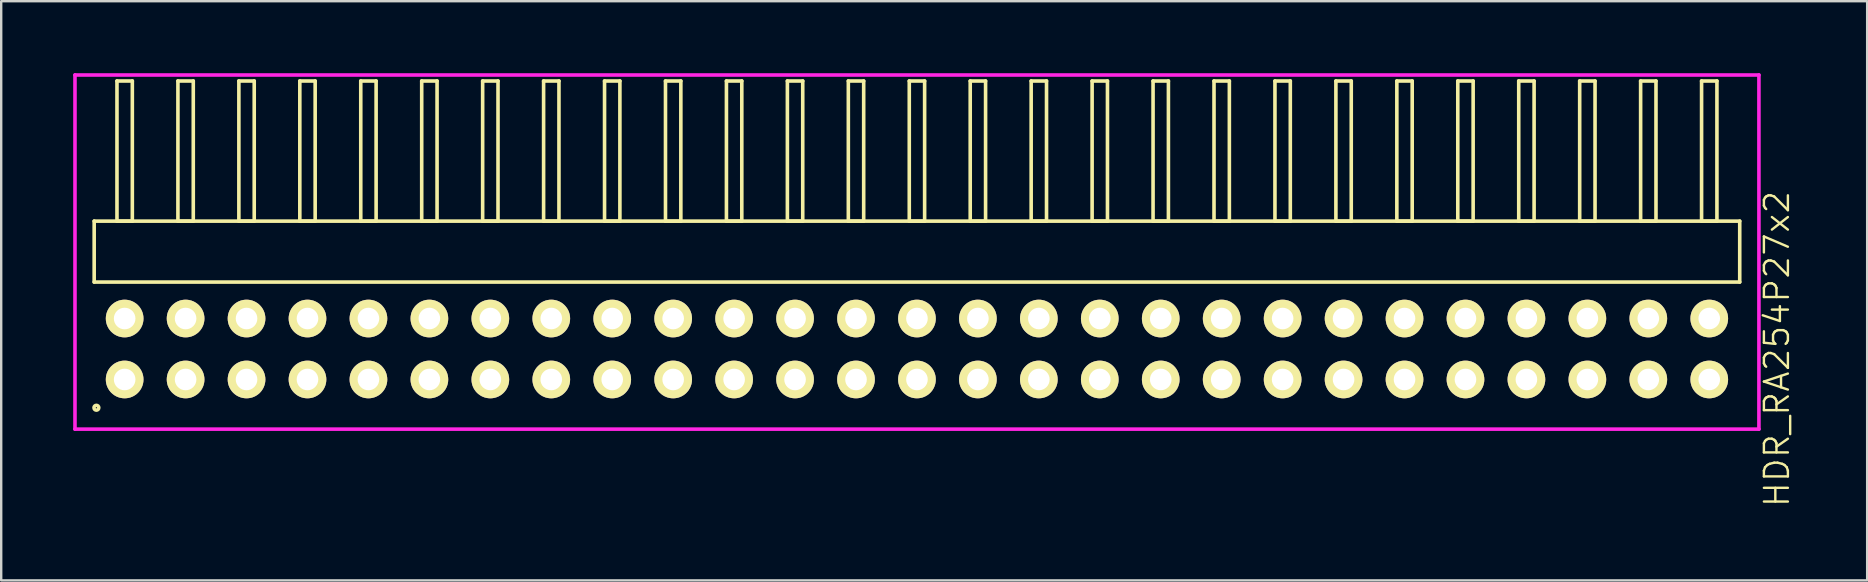
<source format=kicad_pcb>
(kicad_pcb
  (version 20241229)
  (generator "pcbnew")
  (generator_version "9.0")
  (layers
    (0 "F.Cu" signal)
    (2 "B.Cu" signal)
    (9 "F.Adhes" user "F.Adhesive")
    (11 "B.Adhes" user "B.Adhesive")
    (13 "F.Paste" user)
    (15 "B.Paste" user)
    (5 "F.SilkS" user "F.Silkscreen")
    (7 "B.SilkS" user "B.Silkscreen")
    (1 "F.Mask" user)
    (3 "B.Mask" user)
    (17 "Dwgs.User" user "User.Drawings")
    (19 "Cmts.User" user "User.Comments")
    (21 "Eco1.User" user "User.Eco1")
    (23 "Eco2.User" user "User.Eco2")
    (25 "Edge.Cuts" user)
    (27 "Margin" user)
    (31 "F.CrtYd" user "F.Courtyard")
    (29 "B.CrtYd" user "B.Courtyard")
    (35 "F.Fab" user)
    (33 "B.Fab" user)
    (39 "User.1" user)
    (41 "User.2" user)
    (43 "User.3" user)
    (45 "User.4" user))
  (footprint "HDR_RA254P27x2"
    (layer "F.Cu")
    (at 35.165 11.495)
    (property "Reference" "HDR_RA254P27x2" (at 35.84 0 90) (layer "F.SilkS") (effects (font (size 1 1) (thickness 0.1))))
    (attr through_hole)
    (fp_line (start -34.29 -5.33) (end -34.29 -2.79) (stroke (width 0.15) (type solid)) (layer "F.SilkS"))
    (fp_line (start -34.29 -2.79) (end 34.29 -2.79) (stroke (width 0.15) (type solid)) (layer "F.SilkS"))
    (fp_line (start -33.34 -11.17) (end -33.34 -5.33) (stroke (width 0.15) (type solid)) (layer "F.SilkS"))
    (fp_line (start -33.34 -5.33) (end -32.7 -5.33) (stroke (width 0.15) (type solid)) (layer "F.SilkS"))
    (fp_line (start -32.7 -11.17) (end -33.34 -11.17) (stroke (width 0.15) (type solid)) (layer "F.SilkS"))
    (fp_line (start -32.7 -5.33) (end -32.7 -11.17) (stroke (width 0.15) (type solid)) (layer "F.SilkS"))
    (fp_line (start -30.8 -11.17) (end -30.8 -5.33) (stroke (width 0.15) (type solid)) (layer "F.SilkS"))
    (fp_line (start -30.8 -5.33) (end -30.16 -5.33) (stroke (width 0.15) (type solid)) (layer "F.SilkS"))
    (fp_line (start -30.16 -11.17) (end -30.8 -11.17) (stroke (width 0.15) (type solid)) (layer "F.SilkS"))
    (fp_line (start -30.16 -5.33) (end -30.16 -11.17) (stroke (width 0.15) (type solid)) (layer "F.SilkS"))
    (fp_line (start -28.26 -11.17) (end -28.26 -5.33) (stroke (width 0.15) (type solid)) (layer "F.SilkS"))
    (fp_line (start -28.26 -5.33) (end -27.62 -5.33) (stroke (width 0.15) (type solid)) (layer "F.SilkS"))
    (fp_line (start -27.62 -11.17) (end -28.26 -11.17) (stroke (width 0.15) (type solid)) (layer "F.SilkS"))
    (fp_line (start -27.62 -5.33) (end -27.62 -11.17) (stroke (width 0.15) (type solid)) (layer "F.SilkS"))
    (fp_line (start -25.72 -11.17) (end -25.72 -5.33) (stroke (width 0.15) (type solid)) (layer "F.SilkS"))
    (fp_line (start -25.72 -5.33) (end -25.08 -5.33) (stroke (width 0.15) (type solid)) (layer "F.SilkS"))
    (fp_line (start -25.08 -11.17) (end -25.72 -11.17) (stroke (width 0.15) (type solid)) (layer "F.SilkS"))
    (fp_line (start -25.08 -5.33) (end -25.08 -11.17) (stroke (width 0.15) (type solid)) (layer "F.SilkS"))
    (fp_line (start -23.18 -11.17) (end -23.18 -5.33) (stroke (width 0.15) (type solid)) (layer "F.SilkS"))
    (fp_line (start -23.18 -5.33) (end -22.54 -5.33) (stroke (width 0.15) (type solid)) (layer "F.SilkS"))
    (fp_line (start -22.54 -11.17) (end -23.18 -11.17) (stroke (width 0.15) (type solid)) (layer "F.SilkS"))
    (fp_line (start -22.54 -5.33) (end -22.54 -11.17) (stroke (width 0.15) (type solid)) (layer "F.SilkS"))
    (fp_line (start -20.64 -11.17) (end -20.64 -5.33) (stroke (width 0.15) (type solid)) (layer "F.SilkS"))
    (fp_line (start -20.64 -5.33) (end -20 -5.33) (stroke (width 0.15) (type solid)) (layer "F.SilkS"))
    (fp_line (start -20 -11.17) (end -20.64 -11.17) (stroke (width 0.15) (type solid)) (layer "F.SilkS"))
    (fp_line (start -20 -5.33) (end -20 -11.17) (stroke (width 0.15) (type solid)) (layer "F.SilkS"))
    (fp_line (start -18.1 -11.17) (end -18.1 -5.33) (stroke (width 0.15) (type solid)) (layer "F.SilkS"))
    (fp_line (start -18.1 -5.33) (end -17.46 -5.33) (stroke (width 0.15) (type solid)) (layer "F.SilkS"))
    (fp_line (start -17.46 -11.17) (end -18.1 -11.17) (stroke (width 0.15) (type solid)) (layer "F.SilkS"))
    (fp_line (start -17.46 -5.33) (end -17.46 -11.17) (stroke (width 0.15) (type solid)) (layer "F.SilkS"))
    (fp_line (start -15.56 -11.17) (end -15.56 -5.33) (stroke (width 0.15) (type solid)) (layer "F.SilkS"))
    (fp_line (start -15.56 -5.33) (end -14.92 -5.33) (stroke (width 0.15) (type solid)) (layer "F.SilkS"))
    (fp_line (start -14.92 -11.17) (end -15.56 -11.17) (stroke (width 0.15) (type solid)) (layer "F.SilkS"))
    (fp_line (start -14.92 -5.33) (end -14.92 -11.17) (stroke (width 0.15) (type solid)) (layer "F.SilkS"))
    (fp_line (start -13.02 -11.17) (end -13.02 -5.33) (stroke (width 0.15) (type solid)) (layer "F.SilkS"))
    (fp_line (start -13.02 -5.33) (end -12.38 -5.33) (stroke (width 0.15) (type solid)) (layer "F.SilkS"))
    (fp_line (start -12.38 -11.17) (end -13.02 -11.17) (stroke (width 0.15) (type solid)) (layer "F.SilkS"))
    (fp_line (start -12.38 -5.33) (end -12.38 -11.17) (stroke (width 0.15) (type solid)) (layer "F.SilkS"))
    (fp_line (start -10.48 -11.17) (end -10.48 -5.33) (stroke (width 0.15) (type solid)) (layer "F.SilkS"))
    (fp_line (start -10.48 -5.33) (end -9.84 -5.33) (stroke (width 0.15) (type solid)) (layer "F.SilkS"))
    (fp_line (start -9.84 -11.17) (end -10.48 -11.17) (stroke (width 0.15) (type solid)) (layer "F.SilkS"))
    (fp_line (start -9.84 -5.33) (end -9.84 -11.17) (stroke (width 0.15) (type solid)) (layer "F.SilkS"))
    (fp_line (start -7.94 -11.17) (end -7.94 -5.33) (stroke (width 0.15) (type solid)) (layer "F.SilkS"))
    (fp_line (start -7.94 -5.33) (end -7.3 -5.33) (stroke (width 0.15) (type solid)) (layer "F.SilkS"))
    (fp_line (start -7.3 -11.17) (end -7.94 -11.17) (stroke (width 0.15) (type solid)) (layer "F.SilkS"))
    (fp_line (start -7.3 -5.33) (end -7.3 -11.17) (stroke (width 0.15) (type solid)) (layer "F.SilkS"))
    (fp_line (start -5.4 -11.17) (end -5.4 -5.33) (stroke (width 0.15) (type solid)) (layer "F.SilkS"))
    (fp_line (start -5.4 -5.33) (end -4.76 -5.33) (stroke (width 0.15) (type solid)) (layer "F.SilkS"))
    (fp_line (start -4.76 -11.17) (end -5.4 -11.17) (stroke (width 0.15) (type solid)) (layer "F.SilkS"))
    (fp_line (start -4.76 -5.33) (end -4.76 -11.17) (stroke (width 0.15) (type solid)) (layer "F.SilkS"))
    (fp_line (start -2.86 -11.17) (end -2.86 -5.33) (stroke (width 0.15) (type solid)) (layer "F.SilkS"))
    (fp_line (start -2.86 -5.33) (end -2.22 -5.33) (stroke (width 0.15) (type solid)) (layer "F.SilkS"))
    (fp_line (start -2.22 -11.17) (end -2.86 -11.17) (stroke (width 0.15) (type solid)) (layer "F.SilkS"))
    (fp_line (start -2.22 -5.33) (end -2.22 -11.17) (stroke (width 0.15) (type solid)) (layer "F.SilkS"))
    (fp_line (start -0.32 -11.17) (end -0.32 -5.33) (stroke (width 0.15) (type solid)) (layer "F.SilkS"))
    (fp_line (start -0.32 -5.33) (end 0.32 -5.33) (stroke (width 0.15) (type solid)) (layer "F.SilkS"))
    (fp_line (start 0.32 -11.17) (end -0.32 -11.17) (stroke (width 0.15) (type solid)) (layer "F.SilkS"))
    (fp_line (start 0.32 -5.33) (end 0.32 -11.17) (stroke (width 0.15) (type solid)) (layer "F.SilkS"))
    (fp_line (start 2.22 -11.17) (end 2.22 -5.33) (stroke (width 0.15) (type solid)) (layer "F.SilkS"))
    (fp_line (start 2.22 -5.33) (end 2.86 -5.33) (stroke (width 0.15) (type solid)) (layer "F.SilkS"))
    (fp_line (start 2.86 -11.17) (end 2.22 -11.17) (stroke (width 0.15) (type solid)) (layer "F.SilkS"))
    (fp_line (start 2.86 -5.33) (end 2.86 -11.17) (stroke (width 0.15) (type solid)) (layer "F.SilkS"))
    (fp_line (start 4.76 -11.17) (end 4.76 -5.33) (stroke (width 0.15) (type solid)) (layer "F.SilkS"))
    (fp_line (start 4.76 -5.33) (end 5.4 -5.33) (stroke (width 0.15) (type solid)) (layer "F.SilkS"))
    (fp_line (start 5.4 -11.17) (end 4.76 -11.17) (stroke (width 0.15) (type solid)) (layer "F.SilkS"))
    (fp_line (start 5.4 -5.33) (end 5.4 -11.17) (stroke (width 0.15) (type solid)) (layer "F.SilkS"))
    (fp_line (start 7.3 -11.17) (end 7.3 -5.33) (stroke (width 0.15) (type solid)) (layer "F.SilkS"))
    (fp_line (start 7.3 -5.33) (end 7.94 -5.33) (stroke (width 0.15) (type solid)) (layer "F.SilkS"))
    (fp_line (start 7.94 -11.17) (end 7.3 -11.17) (stroke (width 0.15) (type solid)) (layer "F.SilkS"))
    (fp_line (start 7.94 -5.33) (end 7.94 -11.17) (stroke (width 0.15) (type solid)) (layer "F.SilkS"))
    (fp_line (start 9.84 -11.17) (end 9.84 -5.33) (stroke (width 0.15) (type solid)) (layer "F.SilkS"))
    (fp_line (start 9.84 -5.33) (end 10.48 -5.33) (stroke (width 0.15) (type solid)) (layer "F.SilkS"))
    (fp_line (start 10.48 -11.17) (end 9.84 -11.17) (stroke (width 0.15) (type solid)) (layer "F.SilkS"))
    (fp_line (start 10.48 -5.33) (end 10.48 -11.17) (stroke (width 0.15) (type solid)) (layer "F.SilkS"))
    (fp_line (start 12.38 -11.17) (end 12.38 -5.33) (stroke (width 0.15) (type solid)) (layer "F.SilkS"))
    (fp_line (start 12.38 -5.33) (end 13.02 -5.33) (stroke (width 0.15) (type solid)) (layer "F.SilkS"))
    (fp_line (start 13.02 -11.17) (end 12.38 -11.17) (stroke (width 0.15) (type solid)) (layer "F.SilkS"))
    (fp_line (start 13.02 -5.33) (end 13.02 -11.17) (stroke (width 0.15) (type solid)) (layer "F.SilkS"))
    (fp_line (start 14.92 -11.17) (end 14.92 -5.33) (stroke (width 0.15) (type solid)) (layer "F.SilkS"))
    (fp_line (start 14.92 -5.33) (end 15.56 -5.33) (stroke (width 0.15) (type solid)) (layer "F.SilkS"))
    (fp_line (start 15.56 -11.17) (end 14.92 -11.17) (stroke (width 0.15) (type solid)) (layer "F.SilkS"))
    (fp_line (start 15.56 -5.33) (end 15.56 -11.17) (stroke (width 0.15) (type solid)) (layer "F.SilkS"))
    (fp_line (start 17.46 -11.17) (end 17.46 -5.33) (stroke (width 0.15) (type solid)) (layer "F.SilkS"))
    (fp_line (start 17.46 -5.33) (end 18.1 -5.33) (stroke (width 0.15) (type solid)) (layer "F.SilkS"))
    (fp_line (start 18.1 -11.17) (end 17.46 -11.17) (stroke (width 0.15) (type solid)) (layer "F.SilkS"))
    (fp_line (start 18.1 -5.33) (end 18.1 -11.17) (stroke (width 0.15) (type solid)) (layer "F.SilkS"))
    (fp_line (start 20 -11.17) (end 20 -5.33) (stroke (width 0.15) (type solid)) (layer "F.SilkS"))
    (fp_line (start 20 -5.33) (end 20.64 -5.33) (stroke (width 0.15) (type solid)) (layer "F.SilkS"))
    (fp_line (start 20.64 -11.17) (end 20 -11.17) (stroke (width 0.15) (type solid)) (layer "F.SilkS"))
    (fp_line (start 20.64 -5.33) (end 20.64 -11.17) (stroke (width 0.15) (type solid)) (layer "F.SilkS"))
    (fp_line (start 22.54 -11.17) (end 22.54 -5.33) (stroke (width 0.15) (type solid)) (layer "F.SilkS"))
    (fp_line (start 22.54 -5.33) (end 23.18 -5.33) (stroke (width 0.15) (type solid)) (layer "F.SilkS"))
    (fp_line (start 23.18 -11.17) (end 22.54 -11.17) (stroke (width 0.15) (type solid)) (layer "F.SilkS"))
    (fp_line (start 23.18 -5.33) (end 23.18 -11.17) (stroke (width 0.15) (type solid)) (layer "F.SilkS"))
    (fp_line (start 25.08 -11.17) (end 25.08 -5.33) (stroke (width 0.15) (type solid)) (layer "F.SilkS"))
    (fp_line (start 25.08 -5.33) (end 25.72 -5.33) (stroke (width 0.15) (type solid)) (layer "F.SilkS"))
    (fp_line (start 25.72 -11.17) (end 25.08 -11.17) (stroke (width 0.15) (type solid)) (layer "F.SilkS"))
    (fp_line (start 25.72 -5.33) (end 25.72 -11.17) (stroke (width 0.15) (type solid)) (layer "F.SilkS"))
    (fp_line (start 27.62 -11.17) (end 27.62 -5.33) (stroke (width 0.15) (type solid)) (layer "F.SilkS"))
    (fp_line (start 27.62 -5.33) (end 28.26 -5.33) (stroke (width 0.15) (type solid)) (layer "F.SilkS"))
    (fp_line (start 28.26 -11.17) (end 27.62 -11.17) (stroke (width 0.15) (type solid)) (layer "F.SilkS"))
    (fp_line (start 28.26 -5.33) (end 28.26 -11.17) (stroke (width 0.15) (type solid)) (layer "F.SilkS"))
    (fp_line (start 30.16 -11.17) (end 30.16 -5.33) (stroke (width 0.15) (type solid)) (layer "F.SilkS"))
    (fp_line (start 30.16 -5.33) (end 30.8 -5.33) (stroke (width 0.15) (type solid)) (layer "F.SilkS"))
    (fp_line (start 30.8 -11.17) (end 30.16 -11.17) (stroke (width 0.15) (type solid)) (layer "F.SilkS"))
    (fp_line (start 30.8 -5.33) (end 30.8 -11.17) (stroke (width 0.15) (type solid)) (layer "F.SilkS"))
    (fp_line (start 32.7 -11.17) (end 32.7 -5.33) (stroke (width 0.15) (type solid)) (layer "F.SilkS"))
    (fp_line (start 32.7 -5.33) (end 33.34 -5.33) (stroke (width 0.15) (type solid)) (layer "F.SilkS"))
    (fp_line (start 33.34 -11.17) (end 32.7 -11.17) (stroke (width 0.15) (type solid)) (layer "F.SilkS"))
    (fp_line (start 33.34 -5.33) (end 33.34 -11.17) (stroke (width 0.15) (type solid)) (layer "F.SilkS"))
    (fp_line (start 34.29 -5.33) (end -34.29 -5.33) (stroke (width 0.15) (type solid)) (layer "F.SilkS"))
    (fp_line (start 34.29 -2.79) (end 34.29 -5.33) (stroke (width 0.15) (type solid)) (layer "F.SilkS"))
    (fp_circle (center -34.198 2.448) (end -34.098 2.448) (stroke (width 0.15) (type solid)) (fill no) (layer "F.SilkS"))
    (fp_line (start -35.09 -11.42) (end -35.09 3.34) (stroke (width 0.15) (type solid)) (layer "F.CrtYd"))
    (fp_line (start -35.09 3.34) (end 35.09 3.34) (stroke (width 0.15) (type solid)) (layer "F.CrtYd"))
    (fp_line (start 35.09 -11.42) (end -35.09 -11.42) (stroke (width 0.15) (type solid)) (layer "F.CrtYd"))
    (fp_line (start 35.09 3.34) (end 35.09 -11.42) (stroke (width 0.15) (type solid)) (layer "F.CrtYd"))
    (pad "1" thru_hole oval (at -33.02 1.27) (size 1.57 1.57) (drill 0.9) (layers "*.Cu" "*.Mask" "F.SilkS"))
    (pad "2" thru_hole oval (at -33.02 -1.27) (size 1.57 1.57) (drill 0.9) (layers "*.Cu" "*.Mask" "F.SilkS"))
    (pad "3" thru_hole oval (at -30.48 1.27) (size 1.57 1.57) (drill 0.9) (layers "*.Cu" "*.Mask" "F.SilkS"))
    (pad "4" thru_hole oval (at -30.48 -1.27) (size 1.57 1.57) (drill 0.9) (layers "*.Cu" "*.Mask" "F.SilkS"))
    (pad "5" thru_hole oval (at -27.94 1.27) (size 1.57 1.57) (drill 0.9) (layers "*.Cu" "*.Mask" "F.SilkS"))
    (pad "6" thru_hole oval (at -27.94 -1.27) (size 1.57 1.57) (drill 0.9) (layers "*.Cu" "*.Mask" "F.SilkS"))
    (pad "7" thru_hole oval (at -25.4 1.27) (size 1.57 1.57) (drill 0.9) (layers "*.Cu" "*.Mask" "F.SilkS"))
    (pad "8" thru_hole oval (at -25.4 -1.27) (size 1.57 1.57) (drill 0.9) (layers "*.Cu" "*.Mask" "F.SilkS"))
    (pad "9" thru_hole oval (at -22.86 1.27) (size 1.57 1.57) (drill 0.9) (layers "*.Cu" "*.Mask" "F.SilkS"))
    (pad "10" thru_hole oval (at -22.86 -1.27) (size 1.57 1.57) (drill 0.9) (layers "*.Cu" "*.Mask" "F.SilkS"))
    (pad "11" thru_hole oval (at -20.32 1.27) (size 1.57 1.57) (drill 0.9) (layers "*.Cu" "*.Mask" "F.SilkS"))
    (pad "12" thru_hole oval (at -20.32 -1.27) (size 1.57 1.57) (drill 0.9) (layers "*.Cu" "*.Mask" "F.SilkS"))
    (pad "13" thru_hole oval (at -17.78 1.27) (size 1.57 1.57) (drill 0.9) (layers "*.Cu" "*.Mask" "F.SilkS"))
    (pad "14" thru_hole oval (at -17.78 -1.27) (size 1.57 1.57) (drill 0.9) (layers "*.Cu" "*.Mask" "F.SilkS"))
    (pad "15" thru_hole oval (at -15.24 1.27) (size 1.57 1.57) (drill 0.9) (layers "*.Cu" "*.Mask" "F.SilkS"))
    (pad "16" thru_hole oval (at -15.24 -1.27) (size 1.57 1.57) (drill 0.9) (layers "*.Cu" "*.Mask" "F.SilkS"))
    (pad "17" thru_hole oval (at -12.7 1.27) (size 1.57 1.57) (drill 0.9) (layers "*.Cu" "*.Mask" "F.SilkS"))
    (pad "18" thru_hole oval (at -12.7 -1.27) (size 1.57 1.57) (drill 0.9) (layers "*.Cu" "*.Mask" "F.SilkS"))
    (pad "19" thru_hole oval (at -10.16 1.27) (size 1.57 1.57) (drill 0.9) (layers "*.Cu" "*.Mask" "F.SilkS"))
    (pad "20" thru_hole oval (at -10.16 -1.27) (size 1.57 1.57) (drill 0.9) (layers "*.Cu" "*.Mask" "F.SilkS"))
    (pad "21" thru_hole oval (at -7.62 1.27) (size 1.57 1.57) (drill 0.9) (layers "*.Cu" "*.Mask" "F.SilkS"))
    (pad "22" thru_hole oval (at -7.62 -1.27) (size 1.57 1.57) (drill 0.9) (layers "*.Cu" "*.Mask" "F.SilkS"))
    (pad "23" thru_hole oval (at -5.08 1.27) (size 1.57 1.57) (drill 0.9) (layers "*.Cu" "*.Mask" "F.SilkS"))
    (pad "24" thru_hole oval (at -5.08 -1.27) (size 1.57 1.57) (drill 0.9) (layers "*.Cu" "*.Mask" "F.SilkS"))
    (pad "25" thru_hole oval (at -2.54 1.27) (size 1.57 1.57) (drill 0.9) (layers "*.Cu" "*.Mask" "F.SilkS"))
    (pad "26" thru_hole oval (at -2.54 -1.27) (size 1.57 1.57) (drill 0.9) (layers "*.Cu" "*.Mask" "F.SilkS"))
    (pad "27" thru_hole oval (at 0 1.27) (size 1.57 1.57) (drill 0.9) (layers "*.Cu" "*.Mask" "F.SilkS"))
    (pad "28" thru_hole oval (at 0 -1.27) (size 1.57 1.57) (drill 0.9) (layers "*.Cu" "*.Mask" "F.SilkS"))
    (pad "29" thru_hole oval (at 2.54 1.27) (size 1.57 1.57) (drill 0.9) (layers "*.Cu" "*.Mask" "F.SilkS"))
    (pad "30" thru_hole oval (at 2.54 -1.27) (size 1.57 1.57) (drill 0.9) (layers "*.Cu" "*.Mask" "F.SilkS"))
    (pad "31" thru_hole oval (at 5.08 1.27) (size 1.57 1.57) (drill 0.9) (layers "*.Cu" "*.Mask" "F.SilkS"))
    (pad "32" thru_hole oval (at 5.08 -1.27) (size 1.57 1.57) (drill 0.9) (layers "*.Cu" "*.Mask" "F.SilkS"))
    (pad "33" thru_hole oval (at 7.62 1.27) (size 1.57 1.57) (drill 0.9) (layers "*.Cu" "*.Mask" "F.SilkS"))
    (pad "34" thru_hole oval (at 7.62 -1.27) (size 1.57 1.57) (drill 0.9) (layers "*.Cu" "*.Mask" "F.SilkS"))
    (pad "35" thru_hole oval (at 10.16 1.27) (size 1.57 1.57) (drill 0.9) (layers "*.Cu" "*.Mask" "F.SilkS"))
    (pad "36" thru_hole oval (at 10.16 -1.27) (size 1.57 1.57) (drill 0.9) (layers "*.Cu" "*.Mask" "F.SilkS"))
    (pad "37" thru_hole oval (at 12.7 1.27) (size 1.57 1.57) (drill 0.9) (layers "*.Cu" "*.Mask" "F.SilkS"))
    (pad "38" thru_hole oval (at 12.7 -1.27) (size 1.57 1.57) (drill 0.9) (layers "*.Cu" "*.Mask" "F.SilkS"))
    (pad "39" thru_hole oval (at 15.24 1.27) (size 1.57 1.57) (drill 0.9) (layers "*.Cu" "*.Mask" "F.SilkS"))
    (pad "40" thru_hole oval (at 15.24 -1.27) (size 1.57 1.57) (drill 0.9) (layers "*.Cu" "*.Mask" "F.SilkS"))
    (pad "41" thru_hole oval (at 17.78 1.27) (size 1.57 1.57) (drill 0.9) (layers "*.Cu" "*.Mask" "F.SilkS"))
    (pad "42" thru_hole oval (at 17.78 -1.27) (size 1.57 1.57) (drill 0.9) (layers "*.Cu" "*.Mask" "F.SilkS"))
    (pad "43" thru_hole oval (at 20.32 1.27) (size 1.57 1.57) (drill 0.9) (layers "*.Cu" "*.Mask" "F.SilkS"))
    (pad "44" thru_hole oval (at 20.32 -1.27) (size 1.57 1.57) (drill 0.9) (layers "*.Cu" "*.Mask" "F.SilkS"))
    (pad "45" thru_hole oval (at 22.86 1.27) (size 1.57 1.57) (drill 0.9) (layers "*.Cu" "*.Mask" "F.SilkS"))
    (pad "46" thru_hole oval (at 22.86 -1.27) (size 1.57 1.57) (drill 0.9) (layers "*.Cu" "*.Mask" "F.SilkS"))
    (pad "47" thru_hole oval (at 25.4 1.27) (size 1.57 1.57) (drill 0.9) (layers "*.Cu" "*.Mask" "F.SilkS"))
    (pad "48" thru_hole oval (at 25.4 -1.27) (size 1.57 1.57) (drill 0.9) (layers "*.Cu" "*.Mask" "F.SilkS"))
    (pad "49" thru_hole oval (at 27.94 1.27) (size 1.57 1.57) (drill 0.9) (layers "*.Cu" "*.Mask" "F.SilkS"))
    (pad "50" thru_hole oval (at 27.94 -1.27) (size 1.57 1.57) (drill 0.9) (layers "*.Cu" "*.Mask" "F.SilkS"))
    (pad "51" thru_hole oval (at 30.48 1.27) (size 1.57 1.57) (drill 0.9) (layers "*.Cu" "*.Mask" "F.SilkS"))
    (pad "52" thru_hole oval (at 30.48 -1.27) (size 1.57 1.57) (drill 0.9) (layers "*.Cu" "*.Mask" "F.SilkS"))
    (pad "53" thru_hole oval (at 33.02 1.27) (size 1.57 1.57) (drill 0.9) (layers "*.Cu" "*.Mask" "F.SilkS"))
    (pad "54" thru_hole oval (at 33.02 -1.27) (size 1.57 1.57) (drill 0.9) (layers "*.Cu" "*.Mask" "F.SilkS")))
  (gr_rect
    (start -3 -3)
    (end 74.766 21.14)
    (stroke (width 0.1) (type default))
    (fill no)
    (layer "Edge.Cuts")))
</source>
